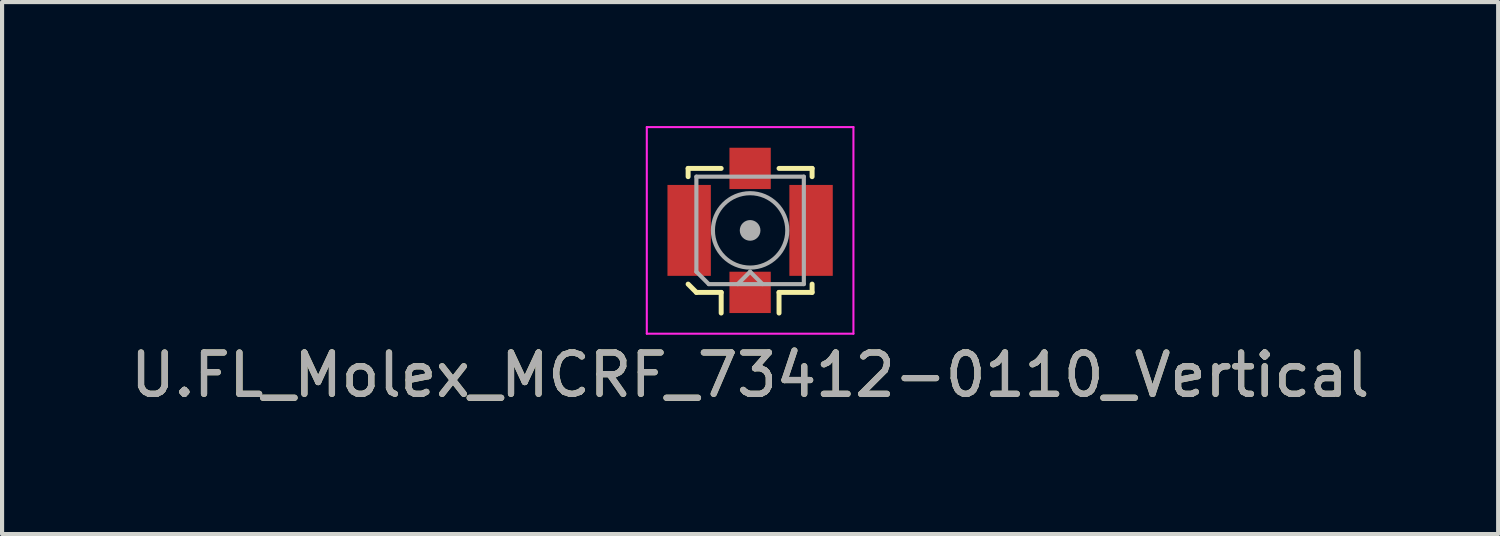
<source format=kicad_pcb>
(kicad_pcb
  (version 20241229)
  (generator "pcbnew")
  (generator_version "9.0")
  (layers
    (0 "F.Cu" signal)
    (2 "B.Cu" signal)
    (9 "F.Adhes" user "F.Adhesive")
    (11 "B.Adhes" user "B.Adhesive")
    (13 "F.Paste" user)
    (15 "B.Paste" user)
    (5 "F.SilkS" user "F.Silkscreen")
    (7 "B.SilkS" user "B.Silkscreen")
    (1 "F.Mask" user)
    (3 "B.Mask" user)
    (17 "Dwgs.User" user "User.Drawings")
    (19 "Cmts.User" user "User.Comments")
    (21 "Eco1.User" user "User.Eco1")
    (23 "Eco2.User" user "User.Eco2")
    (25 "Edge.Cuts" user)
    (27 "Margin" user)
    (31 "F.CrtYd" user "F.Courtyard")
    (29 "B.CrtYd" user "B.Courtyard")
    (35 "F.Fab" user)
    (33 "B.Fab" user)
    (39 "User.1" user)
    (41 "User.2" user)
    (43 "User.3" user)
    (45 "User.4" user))
  (footprint "U.FL_Molex_MCRF_73412-0110_Vertical"
    (layer "F.Cu")
    (at 15.101 2.525)
    (property "Reference" "U.FL_Molex_MCRF_73412-0110_Vertical" (at 0 3.5 0) (layer "F.SilkS") (effects (font (size 1 1) (thickness 0.15))))
    (attr smd)
    (fp_line (start -1.5 -1.5) (end -0.7 -1.5) (stroke (width 0.12) (type solid)) (layer "F.SilkS"))
    (fp_line (start -1.5 -1.3) (end -1.5 -1.5) (stroke (width 0.12) (type solid)) (layer "F.SilkS"))
    (fp_line (start -1.3 1.5) (end -1.5 1.3) (stroke (width 0.12) (type solid)) (layer "F.SilkS"))
    (fp_line (start -0.7 1.5) (end -1.3 1.5) (stroke (width 0.12) (type solid)) (layer "F.SilkS"))
    (fp_line (start -0.7 1.5) (end -0.7 2) (stroke (width 0.12) (type solid)) (layer "F.SilkS"))
    (fp_line (start 0.7 -1.5) (end 1.5 -1.5) (stroke (width 0.12) (type solid)) (layer "F.SilkS"))
    (fp_line (start 0.7 1.5) (end 0.7 2) (stroke (width 0.12) (type solid)) (layer "F.SilkS"))
    (fp_line (start 1.5 -1.5) (end 1.5 -1.3) (stroke (width 0.12) (type solid)) (layer "F.SilkS"))
    (fp_line (start 1.5 1.3) (end 1.5 1.5) (stroke (width 0.12) (type solid)) (layer "F.SilkS"))
    (fp_line (start 1.5 1.5) (end 0.7 1.5) (stroke (width 0.12) (type solid)) (layer "F.SilkS"))
    (fp_line (start -2.5 -2.5) (end -2.5 2.5) (stroke (width 0.05) (type solid)) (layer "F.CrtYd"))
    (fp_line (start -2.5 2.5) (end 2.5 2.5) (stroke (width 0.05) (type solid)) (layer "F.CrtYd"))
    (fp_line (start 2.5 -2.5) (end -2.5 -2.5) (stroke (width 0.05) (type solid)) (layer "F.CrtYd"))
    (fp_line (start 2.5 2.5) (end 2.5 -2.5) (stroke (width 0.05) (type solid)) (layer "F.CrtYd"))
    (fp_line (start -1.3 -1.3) (end -1.3 1) (stroke (width 0.1) (type solid)) (layer "F.Fab"))
    (fp_line (start -1.3 -1.3) (end 1.3 -1.3) (stroke (width 0.1) (type solid)) (layer "F.Fab"))
    (fp_line (start -1.3 1) (end -1 1.3) (stroke (width 0.1) (type solid)) (layer "F.Fab"))
    (fp_line (start -1 1.3) (end 1.3 1.3) (stroke (width 0.1) (type solid)) (layer "F.Fab"))
    (fp_line (start -0.3 1.3) (end 0 1) (stroke (width 0.1) (type solid)) (layer "F.Fab"))
    (fp_line (start 0 1) (end 0.3 1.3) (stroke (width 0.1) (type solid)) (layer "F.Fab"))
    (fp_line (start 1.3 -1.3) (end 1.3 1.3) (stroke (width 0.1) (type solid)) (layer "F.Fab"))
    (fp_circle (center 0 0) (end 0 0.05) (stroke (width 0.1) (type solid)) (fill no) (layer "F.Fab"))
    (fp_circle (center 0 0) (end 0 0.125) (stroke (width 0.1) (type solid)) (fill no) (layer "F.Fab"))
    (fp_circle (center 0 0) (end 0 0.2) (stroke (width 0.1) (type solid)) (fill no) (layer "F.Fab"))
    (fp_circle (center 0 0) (end 0.9 0) (stroke (width 0.1) (type solid)) (fill no) (layer "F.Fab"))
    (fp_text user "${REFERENCE}" (at 0 3.5 0) (layer "F.Fab") (effects (font (size 1 1) (thickness 0.15))))
    (pad "1" smd rect (at 0 1.5) (size 1 1) (layers "F.Cu" "F.Mask" "F.Paste"))
    (pad "2" smd rect (at -1.475 0) (size 1.05 2.2) (layers "F.Cu" "F.Mask" "F.Paste"))
    (pad "2" smd rect (at 0 -1.5) (size 1 1) (layers "F.Cu" "F.Mask" "F.Paste"))
    (pad "2" smd rect (at 1.475 0) (size 1.05 2.2) (layers "F.Cu" "F.Mask" "F.Paste")))
  (gr_rect
    (start -3 -3)
    (end 33.202 9.873)
    (stroke (width 0.1) (type default))
    (fill no)
    (layer "Edge.Cuts")))
</source>
